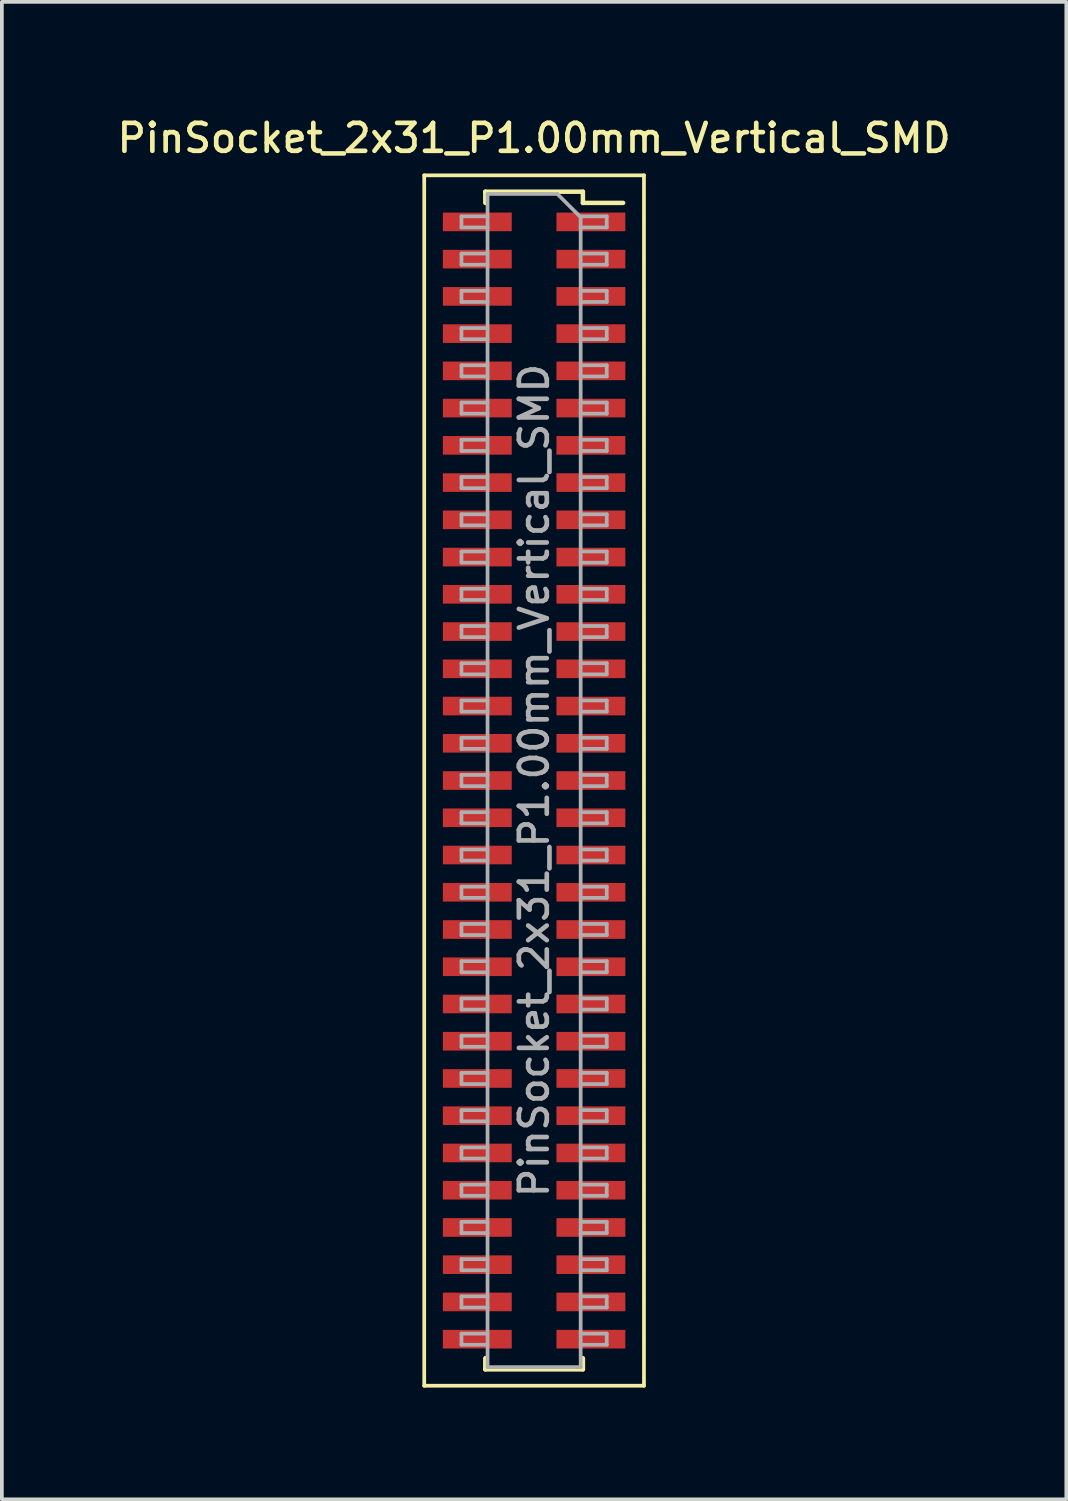
<source format=kicad_pcb>
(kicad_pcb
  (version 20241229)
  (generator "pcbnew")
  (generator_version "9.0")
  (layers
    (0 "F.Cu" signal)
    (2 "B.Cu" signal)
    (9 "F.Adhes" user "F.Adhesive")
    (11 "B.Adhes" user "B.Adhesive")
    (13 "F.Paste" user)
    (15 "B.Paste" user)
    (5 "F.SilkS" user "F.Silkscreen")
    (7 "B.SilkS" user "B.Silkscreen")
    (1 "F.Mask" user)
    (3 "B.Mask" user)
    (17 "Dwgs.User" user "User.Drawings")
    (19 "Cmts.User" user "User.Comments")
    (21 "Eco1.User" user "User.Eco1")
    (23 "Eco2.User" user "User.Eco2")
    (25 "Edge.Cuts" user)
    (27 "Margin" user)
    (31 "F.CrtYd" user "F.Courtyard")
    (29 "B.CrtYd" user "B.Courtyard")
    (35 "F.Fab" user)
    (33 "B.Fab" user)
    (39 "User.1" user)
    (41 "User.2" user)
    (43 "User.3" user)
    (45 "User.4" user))
  (footprint "PinSocket_2x31_P1.00mm_Vertical_SMD"
    (layer "F.Cu")
    (at 11.291 17.908)
    (property "Reference" "PinSocket_2x31_P1.00mm_Vertical_SMD" (at 0 -17.25 0) (layer "F.SilkS") (effects (font (size 0.75 0.75) (thickness 0.125))))
    (attr smd)
    (fp_line (start -2.95 -16.25) (end 2.95 -16.25) (stroke (width 0.1) (type solid)) (layer "F.SilkS"))
    (fp_line (start -2.95 16.25) (end -2.95 -16.25) (stroke (width 0.1) (type solid)) (layer "F.SilkS"))
    (fp_line (start -1.31 -15.81) (end -1.31 -15.51) (stroke (width 0.12) (type solid)) (layer "F.SilkS"))
    (fp_line (start -1.31 -15.81) (end 1.31 -15.81) (stroke (width 0.12) (type solid)) (layer "F.SilkS"))
    (fp_line (start -1.31 15.51) (end -1.31 15.81) (stroke (width 0.12) (type solid)) (layer "F.SilkS"))
    (fp_line (start -1.31 15.81) (end 1.31 15.81) (stroke (width 0.12) (type solid)) (layer "F.SilkS"))
    (fp_line (start 1.31 -15.81) (end 1.31 -15.51) (stroke (width 0.12) (type solid)) (layer "F.SilkS"))
    (fp_line (start 1.31 -15.51) (end 2.39 -15.51) (stroke (width 0.12) (type solid)) (layer "F.SilkS"))
    (fp_line (start 1.31 15.51) (end 1.31 15.81) (stroke (width 0.12) (type solid)) (layer "F.SilkS"))
    (fp_line (start 2.95 -16.25) (end 2.95 16.25) (stroke (width 0.1) (type solid)) (layer "F.SilkS"))
    (fp_line (start 2.95 16.25) (end -2.95 16.25) (stroke (width 0.1) (type solid)) (layer "F.SilkS"))
    (fp_line (start -1.95 -15.15) (end -1.25 -15.15) (stroke (width 0.1) (type solid)) (layer "F.Fab"))
    (fp_line (start -1.95 -14.85) (end -1.95 -15.15) (stroke (width 0.1) (type solid)) (layer "F.Fab"))
    (fp_line (start -1.95 -14.15) (end -1.25 -14.15) (stroke (width 0.1) (type solid)) (layer "F.Fab"))
    (fp_line (start -1.95 -13.85) (end -1.95 -14.15) (stroke (width 0.1) (type solid)) (layer "F.Fab"))
    (fp_line (start -1.95 -13.15) (end -1.25 -13.15) (stroke (width 0.1) (type solid)) (layer "F.Fab"))
    (fp_line (start -1.95 -12.85) (end -1.95 -13.15) (stroke (width 0.1) (type solid)) (layer "F.Fab"))
    (fp_line (start -1.95 -12.15) (end -1.25 -12.15) (stroke (width 0.1) (type solid)) (layer "F.Fab"))
    (fp_line (start -1.95 -11.85) (end -1.95 -12.15) (stroke (width 0.1) (type solid)) (layer "F.Fab"))
    (fp_line (start -1.95 -11.15) (end -1.25 -11.15) (stroke (width 0.1) (type solid)) (layer "F.Fab"))
    (fp_line (start -1.95 -10.85) (end -1.95 -11.15) (stroke (width 0.1) (type solid)) (layer "F.Fab"))
    (fp_line (start -1.95 -10.15) (end -1.25 -10.15) (stroke (width 0.1) (type solid)) (layer "F.Fab"))
    (fp_line (start -1.95 -9.85) (end -1.95 -10.15) (stroke (width 0.1) (type solid)) (layer "F.Fab"))
    (fp_line (start -1.95 -9.15) (end -1.25 -9.15) (stroke (width 0.1) (type solid)) (layer "F.Fab"))
    (fp_line (start -1.95 -8.85) (end -1.95 -9.15) (stroke (width 0.1) (type solid)) (layer "F.Fab"))
    (fp_line (start -1.95 -8.15) (end -1.25 -8.15) (stroke (width 0.1) (type solid)) (layer "F.Fab"))
    (fp_line (start -1.95 -7.85) (end -1.95 -8.15) (stroke (width 0.1) (type solid)) (layer "F.Fab"))
    (fp_line (start -1.95 -7.15) (end -1.25 -7.15) (stroke (width 0.1) (type solid)) (layer "F.Fab"))
    (fp_line (start -1.95 -6.85) (end -1.95 -7.15) (stroke (width 0.1) (type solid)) (layer "F.Fab"))
    (fp_line (start -1.95 -6.15) (end -1.25 -6.15) (stroke (width 0.1) (type solid)) (layer "F.Fab"))
    (fp_line (start -1.95 -5.85) (end -1.95 -6.15) (stroke (width 0.1) (type solid)) (layer "F.Fab"))
    (fp_line (start -1.95 -5.15) (end -1.25 -5.15) (stroke (width 0.1) (type solid)) (layer "F.Fab"))
    (fp_line (start -1.95 -4.85) (end -1.95 -5.15) (stroke (width 0.1) (type solid)) (layer "F.Fab"))
    (fp_line (start -1.95 -4.15) (end -1.25 -4.15) (stroke (width 0.1) (type solid)) (layer "F.Fab"))
    (fp_line (start -1.95 -3.85) (end -1.95 -4.15) (stroke (width 0.1) (type solid)) (layer "F.Fab"))
    (fp_line (start -1.95 -3.15) (end -1.25 -3.15) (stroke (width 0.1) (type solid)) (layer "F.Fab"))
    (fp_line (start -1.95 -2.85) (end -1.95 -3.15) (stroke (width 0.1) (type solid)) (layer "F.Fab"))
    (fp_line (start -1.95 -2.15) (end -1.25 -2.15) (stroke (width 0.1) (type solid)) (layer "F.Fab"))
    (fp_line (start -1.95 -1.85) (end -1.95 -2.15) (stroke (width 0.1) (type solid)) (layer "F.Fab"))
    (fp_line (start -1.95 -1.15) (end -1.25 -1.15) (stroke (width 0.1) (type solid)) (layer "F.Fab"))
    (fp_line (start -1.95 -0.85) (end -1.95 -1.15) (stroke (width 0.1) (type solid)) (layer "F.Fab"))
    (fp_line (start -1.95 -0.15) (end -1.25 -0.15) (stroke (width 0.1) (type solid)) (layer "F.Fab"))
    (fp_line (start -1.95 0.15) (end -1.95 -0.15) (stroke (width 0.1) (type solid)) (layer "F.Fab"))
    (fp_line (start -1.95 0.85) (end -1.25 0.85) (stroke (width 0.1) (type solid)) (layer "F.Fab"))
    (fp_line (start -1.95 1.15) (end -1.95 0.85) (stroke (width 0.1) (type solid)) (layer "F.Fab"))
    (fp_line (start -1.95 1.85) (end -1.25 1.85) (stroke (width 0.1) (type solid)) (layer "F.Fab"))
    (fp_line (start -1.95 2.15) (end -1.95 1.85) (stroke (width 0.1) (type solid)) (layer "F.Fab"))
    (fp_line (start -1.95 2.85) (end -1.25 2.85) (stroke (width 0.1) (type solid)) (layer "F.Fab"))
    (fp_line (start -1.95 3.15) (end -1.95 2.85) (stroke (width 0.1) (type solid)) (layer "F.Fab"))
    (fp_line (start -1.95 3.85) (end -1.25 3.85) (stroke (width 0.1) (type solid)) (layer "F.Fab"))
    (fp_line (start -1.95 4.15) (end -1.95 3.85) (stroke (width 0.1) (type solid)) (layer "F.Fab"))
    (fp_line (start -1.95 4.85) (end -1.25 4.85) (stroke (width 0.1) (type solid)) (layer "F.Fab"))
    (fp_line (start -1.95 5.15) (end -1.95 4.85) (stroke (width 0.1) (type solid)) (layer "F.Fab"))
    (fp_line (start -1.95 5.85) (end -1.25 5.85) (stroke (width 0.1) (type solid)) (layer "F.Fab"))
    (fp_line (start -1.95 6.15) (end -1.95 5.85) (stroke (width 0.1) (type solid)) (layer "F.Fab"))
    (fp_line (start -1.95 6.85) (end -1.25 6.85) (stroke (width 0.1) (type solid)) (layer "F.Fab"))
    (fp_line (start -1.95 7.15) (end -1.95 6.85) (stroke (width 0.1) (type solid)) (layer "F.Fab"))
    (fp_line (start -1.95 7.85) (end -1.25 7.85) (stroke (width 0.1) (type solid)) (layer "F.Fab"))
    (fp_line (start -1.95 8.15) (end -1.95 7.85) (stroke (width 0.1) (type solid)) (layer "F.Fab"))
    (fp_line (start -1.95 8.85) (end -1.25 8.85) (stroke (width 0.1) (type solid)) (layer "F.Fab"))
    (fp_line (start -1.95 9.15) (end -1.95 8.85) (stroke (width 0.1) (type solid)) (layer "F.Fab"))
    (fp_line (start -1.95 9.85) (end -1.25 9.85) (stroke (width 0.1) (type solid)) (layer "F.Fab"))
    (fp_line (start -1.95 10.15) (end -1.95 9.85) (stroke (width 0.1) (type solid)) (layer "F.Fab"))
    (fp_line (start -1.95 10.85) (end -1.25 10.85) (stroke (width 0.1) (type solid)) (layer "F.Fab"))
    (fp_line (start -1.95 11.15) (end -1.95 10.85) (stroke (width 0.1) (type solid)) (layer "F.Fab"))
    (fp_line (start -1.95 11.85) (end -1.25 11.85) (stroke (width 0.1) (type solid)) (layer "F.Fab"))
    (fp_line (start -1.95 12.15) (end -1.95 11.85) (stroke (width 0.1) (type solid)) (layer "F.Fab"))
    (fp_line (start -1.95 12.85) (end -1.25 12.85) (stroke (width 0.1) (type solid)) (layer "F.Fab"))
    (fp_line (start -1.95 13.15) (end -1.95 12.85) (stroke (width 0.1) (type solid)) (layer "F.Fab"))
    (fp_line (start -1.95 13.85) (end -1.25 13.85) (stroke (width 0.1) (type solid)) (layer "F.Fab"))
    (fp_line (start -1.95 14.15) (end -1.95 13.85) (stroke (width 0.1) (type solid)) (layer "F.Fab"))
    (fp_line (start -1.95 14.85) (end -1.25 14.85) (stroke (width 0.1) (type solid)) (layer "F.Fab"))
    (fp_line (start -1.95 15.15) (end -1.95 14.85) (stroke (width 0.1) (type solid)) (layer "F.Fab"))
    (fp_line (start -1.25 -15.75) (end 0.625 -15.75) (stroke (width 0.1) (type solid)) (layer "F.Fab"))
    (fp_line (start -1.25 -14.85) (end -1.95 -14.85) (stroke (width 0.1) (type solid)) (layer "F.Fab"))
    (fp_line (start -1.25 -13.85) (end -1.95 -13.85) (stroke (width 0.1) (type solid)) (layer "F.Fab"))
    (fp_line (start -1.25 -12.85) (end -1.95 -12.85) (stroke (width 0.1) (type solid)) (layer "F.Fab"))
    (fp_line (start -1.25 -11.85) (end -1.95 -11.85) (stroke (width 0.1) (type solid)) (layer "F.Fab"))
    (fp_line (start -1.25 -10.85) (end -1.95 -10.85) (stroke (width 0.1) (type solid)) (layer "F.Fab"))
    (fp_line (start -1.25 -9.85) (end -1.95 -9.85) (stroke (width 0.1) (type solid)) (layer "F.Fab"))
    (fp_line (start -1.25 -8.85) (end -1.95 -8.85) (stroke (width 0.1) (type solid)) (layer "F.Fab"))
    (fp_line (start -1.25 -7.85) (end -1.95 -7.85) (stroke (width 0.1) (type solid)) (layer "F.Fab"))
    (fp_line (start -1.25 -6.85) (end -1.95 -6.85) (stroke (width 0.1) (type solid)) (layer "F.Fab"))
    (fp_line (start -1.25 -5.85) (end -1.95 -5.85) (stroke (width 0.1) (type solid)) (layer "F.Fab"))
    (fp_line (start -1.25 -4.85) (end -1.95 -4.85) (stroke (width 0.1) (type solid)) (layer "F.Fab"))
    (fp_line (start -1.25 -3.85) (end -1.95 -3.85) (stroke (width 0.1) (type solid)) (layer "F.Fab"))
    (fp_line (start -1.25 -2.85) (end -1.95 -2.85) (stroke (width 0.1) (type solid)) (layer "F.Fab"))
    (fp_line (start -1.25 -1.85) (end -1.95 -1.85) (stroke (width 0.1) (type solid)) (layer "F.Fab"))
    (fp_line (start -1.25 -0.85) (end -1.95 -0.85) (stroke (width 0.1) (type solid)) (layer "F.Fab"))
    (fp_line (start -1.25 0.15) (end -1.95 0.15) (stroke (width 0.1) (type solid)) (layer "F.Fab"))
    (fp_line (start -1.25 1.15) (end -1.95 1.15) (stroke (width 0.1) (type solid)) (layer "F.Fab"))
    (fp_line (start -1.25 2.15) (end -1.95 2.15) (stroke (width 0.1) (type solid)) (layer "F.Fab"))
    (fp_line (start -1.25 3.15) (end -1.95 3.15) (stroke (width 0.1) (type solid)) (layer "F.Fab"))
    (fp_line (start -1.25 4.15) (end -1.95 4.15) (stroke (width 0.1) (type solid)) (layer "F.Fab"))
    (fp_line (start -1.25 5.15) (end -1.95 5.15) (stroke (width 0.1) (type solid)) (layer "F.Fab"))
    (fp_line (start -1.25 6.15) (end -1.95 6.15) (stroke (width 0.1) (type solid)) (layer "F.Fab"))
    (fp_line (start -1.25 7.15) (end -1.95 7.15) (stroke (width 0.1) (type solid)) (layer "F.Fab"))
    (fp_line (start -1.25 8.15) (end -1.95 8.15) (stroke (width 0.1) (type solid)) (layer "F.Fab"))
    (fp_line (start -1.25 9.15) (end -1.95 9.15) (stroke (width 0.1) (type solid)) (layer "F.Fab"))
    (fp_line (start -1.25 10.15) (end -1.95 10.15) (stroke (width 0.1) (type solid)) (layer "F.Fab"))
    (fp_line (start -1.25 11.15) (end -1.95 11.15) (stroke (width 0.1) (type solid)) (layer "F.Fab"))
    (fp_line (start -1.25 12.15) (end -1.95 12.15) (stroke (width 0.1) (type solid)) (layer "F.Fab"))
    (fp_line (start -1.25 13.15) (end -1.95 13.15) (stroke (width 0.1) (type solid)) (layer "F.Fab"))
    (fp_line (start -1.25 14.15) (end -1.95 14.15) (stroke (width 0.1) (type solid)) (layer "F.Fab"))
    (fp_line (start -1.25 15.15) (end -1.95 15.15) (stroke (width 0.1) (type solid)) (layer "F.Fab"))
    (fp_line (start -1.25 15.75) (end -1.25 -15.75) (stroke (width 0.1) (type solid)) (layer "F.Fab"))
    (fp_line (start 0.625 -15.75) (end 1.25 -15.125) (stroke (width 0.1) (type solid)) (layer "F.Fab"))
    (fp_line (start 1.25 -15.15) (end 1.95 -15.15) (stroke (width 0.1) (type solid)) (layer "F.Fab"))
    (fp_line (start 1.25 -15.125) (end 1.25 15.75) (stroke (width 0.1) (type solid)) (layer "F.Fab"))
    (fp_line (start 1.25 -14.15) (end 1.95 -14.15) (stroke (width 0.1) (type solid)) (layer "F.Fab"))
    (fp_line (start 1.25 -13.15) (end 1.95 -13.15) (stroke (width 0.1) (type solid)) (layer "F.Fab"))
    (fp_line (start 1.25 -12.15) (end 1.95 -12.15) (stroke (width 0.1) (type solid)) (layer "F.Fab"))
    (fp_line (start 1.25 -11.15) (end 1.95 -11.15) (stroke (width 0.1) (type solid)) (layer "F.Fab"))
    (fp_line (start 1.25 -10.15) (end 1.95 -10.15) (stroke (width 0.1) (type solid)) (layer "F.Fab"))
    (fp_line (start 1.25 -9.15) (end 1.95 -9.15) (stroke (width 0.1) (type solid)) (layer "F.Fab"))
    (fp_line (start 1.25 -8.15) (end 1.95 -8.15) (stroke (width 0.1) (type solid)) (layer "F.Fab"))
    (fp_line (start 1.25 -7.15) (end 1.95 -7.15) (stroke (width 0.1) (type solid)) (layer "F.Fab"))
    (fp_line (start 1.25 -6.15) (end 1.95 -6.15) (stroke (width 0.1) (type solid)) (layer "F.Fab"))
    (fp_line (start 1.25 -5.15) (end 1.95 -5.15) (stroke (width 0.1) (type solid)) (layer "F.Fab"))
    (fp_line (start 1.25 -4.15) (end 1.95 -4.15) (stroke (width 0.1) (type solid)) (layer "F.Fab"))
    (fp_line (start 1.25 -3.15) (end 1.95 -3.15) (stroke (width 0.1) (type solid)) (layer "F.Fab"))
    (fp_line (start 1.25 -2.15) (end 1.95 -2.15) (stroke (width 0.1) (type solid)) (layer "F.Fab"))
    (fp_line (start 1.25 -1.15) (end 1.95 -1.15) (stroke (width 0.1) (type solid)) (layer "F.Fab"))
    (fp_line (start 1.25 -0.15) (end 1.95 -0.15) (stroke (width 0.1) (type solid)) (layer "F.Fab"))
    (fp_line (start 1.25 0.85) (end 1.95 0.85) (stroke (width 0.1) (type solid)) (layer "F.Fab"))
    (fp_line (start 1.25 1.85) (end 1.95 1.85) (stroke (width 0.1) (type solid)) (layer "F.Fab"))
    (fp_line (start 1.25 2.85) (end 1.95 2.85) (stroke (width 0.1) (type solid)) (layer "F.Fab"))
    (fp_line (start 1.25 3.85) (end 1.95 3.85) (stroke (width 0.1) (type solid)) (layer "F.Fab"))
    (fp_line (start 1.25 4.85) (end 1.95 4.85) (stroke (width 0.1) (type solid)) (layer "F.Fab"))
    (fp_line (start 1.25 5.85) (end 1.95 5.85) (stroke (width 0.1) (type solid)) (layer "F.Fab"))
    (fp_line (start 1.25 6.85) (end 1.95 6.85) (stroke (width 0.1) (type solid)) (layer "F.Fab"))
    (fp_line (start 1.25 7.85) (end 1.95 7.85) (stroke (width 0.1) (type solid)) (layer "F.Fab"))
    (fp_line (start 1.25 8.85) (end 1.95 8.85) (stroke (width 0.1) (type solid)) (layer "F.Fab"))
    (fp_line (start 1.25 9.85) (end 1.95 9.85) (stroke (width 0.1) (type solid)) (layer "F.Fab"))
    (fp_line (start 1.25 10.85) (end 1.95 10.85) (stroke (width 0.1) (type solid)) (layer "F.Fab"))
    (fp_line (start 1.25 11.85) (end 1.95 11.85) (stroke (width 0.1) (type solid)) (layer "F.Fab"))
    (fp_line (start 1.25 12.85) (end 1.95 12.85) (stroke (width 0.1) (type solid)) (layer "F.Fab"))
    (fp_line (start 1.25 13.85) (end 1.95 13.85) (stroke (width 0.1) (type solid)) (layer "F.Fab"))
    (fp_line (start 1.25 14.85) (end 1.95 14.85) (stroke (width 0.1) (type solid)) (layer "F.Fab"))
    (fp_line (start 1.25 15.75) (end -1.25 15.75) (stroke (width 0.1) (type solid)) (layer "F.Fab"))
    (fp_line (start 1.95 -15.15) (end 1.95 -14.85) (stroke (width 0.1) (type solid)) (layer "F.Fab"))
    (fp_line (start 1.95 -14.85) (end 1.25 -14.85) (stroke (width 0.1) (type solid)) (layer "F.Fab"))
    (fp_line (start 1.95 -14.15) (end 1.95 -13.85) (stroke (width 0.1) (type solid)) (layer "F.Fab"))
    (fp_line (start 1.95 -13.85) (end 1.25 -13.85) (stroke (width 0.1) (type solid)) (layer "F.Fab"))
    (fp_line (start 1.95 -13.15) (end 1.95 -12.85) (stroke (width 0.1) (type solid)) (layer "F.Fab"))
    (fp_line (start 1.95 -12.85) (end 1.25 -12.85) (stroke (width 0.1) (type solid)) (layer "F.Fab"))
    (fp_line (start 1.95 -12.15) (end 1.95 -11.85) (stroke (width 0.1) (type solid)) (layer "F.Fab"))
    (fp_line (start 1.95 -11.85) (end 1.25 -11.85) (stroke (width 0.1) (type solid)) (layer "F.Fab"))
    (fp_line (start 1.95 -11.15) (end 1.95 -10.85) (stroke (width 0.1) (type solid)) (layer "F.Fab"))
    (fp_line (start 1.95 -10.85) (end 1.25 -10.85) (stroke (width 0.1) (type solid)) (layer "F.Fab"))
    (fp_line (start 1.95 -10.15) (end 1.95 -9.85) (stroke (width 0.1) (type solid)) (layer "F.Fab"))
    (fp_line (start 1.95 -9.85) (end 1.25 -9.85) (stroke (width 0.1) (type solid)) (layer "F.Fab"))
    (fp_line (start 1.95 -9.15) (end 1.95 -8.85) (stroke (width 0.1) (type solid)) (layer "F.Fab"))
    (fp_line (start 1.95 -8.85) (end 1.25 -8.85) (stroke (width 0.1) (type solid)) (layer "F.Fab"))
    (fp_line (start 1.95 -8.15) (end 1.95 -7.85) (stroke (width 0.1) (type solid)) (layer "F.Fab"))
    (fp_line (start 1.95 -7.85) (end 1.25 -7.85) (stroke (width 0.1) (type solid)) (layer "F.Fab"))
    (fp_line (start 1.95 -7.15) (end 1.95 -6.85) (stroke (width 0.1) (type solid)) (layer "F.Fab"))
    (fp_line (start 1.95 -6.85) (end 1.25 -6.85) (stroke (width 0.1) (type solid)) (layer "F.Fab"))
    (fp_line (start 1.95 -6.15) (end 1.95 -5.85) (stroke (width 0.1) (type solid)) (layer "F.Fab"))
    (fp_line (start 1.95 -5.85) (end 1.25 -5.85) (stroke (width 0.1) (type solid)) (layer "F.Fab"))
    (fp_line (start 1.95 -5.15) (end 1.95 -4.85) (stroke (width 0.1) (type solid)) (layer "F.Fab"))
    (fp_line (start 1.95 -4.85) (end 1.25 -4.85) (stroke (width 0.1) (type solid)) (layer "F.Fab"))
    (fp_line (start 1.95 -4.15) (end 1.95 -3.85) (stroke (width 0.1) (type solid)) (layer "F.Fab"))
    (fp_line (start 1.95 -3.85) (end 1.25 -3.85) (stroke (width 0.1) (type solid)) (layer "F.Fab"))
    (fp_line (start 1.95 -3.15) (end 1.95 -2.85) (stroke (width 0.1) (type solid)) (layer "F.Fab"))
    (fp_line (start 1.95 -2.85) (end 1.25 -2.85) (stroke (width 0.1) (type solid)) (layer "F.Fab"))
    (fp_line (start 1.95 -2.15) (end 1.95 -1.85) (stroke (width 0.1) (type solid)) (layer "F.Fab"))
    (fp_line (start 1.95 -1.85) (end 1.25 -1.85) (stroke (width 0.1) (type solid)) (layer "F.Fab"))
    (fp_line (start 1.95 -1.15) (end 1.95 -0.85) (stroke (width 0.1) (type solid)) (layer "F.Fab"))
    (fp_line (start 1.95 -0.85) (end 1.25 -0.85) (stroke (width 0.1) (type solid)) (layer "F.Fab"))
    (fp_line (start 1.95 -0.15) (end 1.95 0.15) (stroke (width 0.1) (type solid)) (layer "F.Fab"))
    (fp_line (start 1.95 0.15) (end 1.25 0.15) (stroke (width 0.1) (type solid)) (layer "F.Fab"))
    (fp_line (start 1.95 0.85) (end 1.95 1.15) (stroke (width 0.1) (type solid)) (layer "F.Fab"))
    (fp_line (start 1.95 1.15) (end 1.25 1.15) (stroke (width 0.1) (type solid)) (layer "F.Fab"))
    (fp_line (start 1.95 1.85) (end 1.95 2.15) (stroke (width 0.1) (type solid)) (layer "F.Fab"))
    (fp_line (start 1.95 2.15) (end 1.25 2.15) (stroke (width 0.1) (type solid)) (layer "F.Fab"))
    (fp_line (start 1.95 2.85) (end 1.95 3.15) (stroke (width 0.1) (type solid)) (layer "F.Fab"))
    (fp_line (start 1.95 3.15) (end 1.25 3.15) (stroke (width 0.1) (type solid)) (layer "F.Fab"))
    (fp_line (start 1.95 3.85) (end 1.95 4.15) (stroke (width 0.1) (type solid)) (layer "F.Fab"))
    (fp_line (start 1.95 4.15) (end 1.25 4.15) (stroke (width 0.1) (type solid)) (layer "F.Fab"))
    (fp_line (start 1.95 4.85) (end 1.95 5.15) (stroke (width 0.1) (type solid)) (layer "F.Fab"))
    (fp_line (start 1.95 5.15) (end 1.25 5.15) (stroke (width 0.1) (type solid)) (layer "F.Fab"))
    (fp_line (start 1.95 5.85) (end 1.95 6.15) (stroke (width 0.1) (type solid)) (layer "F.Fab"))
    (fp_line (start 1.95 6.15) (end 1.25 6.15) (stroke (width 0.1) (type solid)) (layer "F.Fab"))
    (fp_line (start 1.95 6.85) (end 1.95 7.15) (stroke (width 0.1) (type solid)) (layer "F.Fab"))
    (fp_line (start 1.95 7.15) (end 1.25 7.15) (stroke (width 0.1) (type solid)) (layer "F.Fab"))
    (fp_line (start 1.95 7.85) (end 1.95 8.15) (stroke (width 0.1) (type solid)) (layer "F.Fab"))
    (fp_line (start 1.95 8.15) (end 1.25 8.15) (stroke (width 0.1) (type solid)) (layer "F.Fab"))
    (fp_line (start 1.95 8.85) (end 1.95 9.15) (stroke (width 0.1) (type solid)) (layer "F.Fab"))
    (fp_line (start 1.95 9.15) (end 1.25 9.15) (stroke (width 0.1) (type solid)) (layer "F.Fab"))
    (fp_line (start 1.95 9.85) (end 1.95 10.15) (stroke (width 0.1) (type solid)) (layer "F.Fab"))
    (fp_line (start 1.95 10.15) (end 1.25 10.15) (stroke (width 0.1) (type solid)) (layer "F.Fab"))
    (fp_line (start 1.95 10.85) (end 1.95 11.15) (stroke (width 0.1) (type solid)) (layer "F.Fab"))
    (fp_line (start 1.95 11.15) (end 1.25 11.15) (stroke (width 0.1) (type solid)) (layer "F.Fab"))
    (fp_line (start 1.95 11.85) (end 1.95 12.15) (stroke (width 0.1) (type solid)) (layer "F.Fab"))
    (fp_line (start 1.95 12.15) (end 1.25 12.15) (stroke (width 0.1) (type solid)) (layer "F.Fab"))
    (fp_line (start 1.95 12.85) (end 1.95 13.15) (stroke (width 0.1) (type solid)) (layer "F.Fab"))
    (fp_line (start 1.95 13.15) (end 1.25 13.15) (stroke (width 0.1) (type solid)) (layer "F.Fab"))
    (fp_line (start 1.95 13.85) (end 1.95 14.15) (stroke (width 0.1) (type solid)) (layer "F.Fab"))
    (fp_line (start 1.95 14.15) (end 1.25 14.15) (stroke (width 0.1) (type solid)) (layer "F.Fab"))
    (fp_line (start 1.95 14.85) (end 1.95 15.15) (stroke (width 0.1) (type solid)) (layer "F.Fab"))
    (fp_line (start 1.95 15.15) (end 1.25 15.15) (stroke (width 0.1) (type solid)) (layer "F.Fab"))
    (fp_text user "${REFERENCE}" (at 0 0 90) (layer "F.Fab") (effects (font (size 0.75 0.75) (thickness 0.125))))
    (pad "1" smd rect (at 1.525 -15) (size 1.85 0.5) (layers "F.Cu" "F.Mask" "F.Paste"))
    (pad "2" smd rect (at -1.525 -15) (size 1.85 0.5) (layers "F.Cu" "F.Mask" "F.Paste"))
    (pad "3" smd rect (at 1.525 -14) (size 1.85 0.5) (layers "F.Cu" "F.Mask" "F.Paste"))
    (pad "4" smd rect (at -1.525 -14) (size 1.85 0.5) (layers "F.Cu" "F.Mask" "F.Paste"))
    (pad "5" smd rect (at 1.525 -13) (size 1.85 0.5) (layers "F.Cu" "F.Mask" "F.Paste"))
    (pad "6" smd rect (at -1.525 -13) (size 1.85 0.5) (layers "F.Cu" "F.Mask" "F.Paste"))
    (pad "7" smd rect (at 1.525 -12) (size 1.85 0.5) (layers "F.Cu" "F.Mask" "F.Paste"))
    (pad "8" smd rect (at -1.525 -12) (size 1.85 0.5) (layers "F.Cu" "F.Mask" "F.Paste"))
    (pad "9" smd rect (at 1.525 -11) (size 1.85 0.5) (layers "F.Cu" "F.Mask" "F.Paste"))
    (pad "10" smd rect (at -1.525 -11) (size 1.85 0.5) (layers "F.Cu" "F.Mask" "F.Paste"))
    (pad "11" smd rect (at 1.525 -10) (size 1.85 0.5) (layers "F.Cu" "F.Mask" "F.Paste"))
    (pad "12" smd rect (at -1.525 -10) (size 1.85 0.5) (layers "F.Cu" "F.Mask" "F.Paste"))
    (pad "13" smd rect (at 1.525 -9) (size 1.85 0.5) (layers "F.Cu" "F.Mask" "F.Paste"))
    (pad "14" smd rect (at -1.525 -9) (size 1.85 0.5) (layers "F.Cu" "F.Mask" "F.Paste"))
    (pad "15" smd rect (at 1.525 -8) (size 1.85 0.5) (layers "F.Cu" "F.Mask" "F.Paste"))
    (pad "16" smd rect (at -1.525 -8) (size 1.85 0.5) (layers "F.Cu" "F.Mask" "F.Paste"))
    (pad "17" smd rect (at 1.525 -7) (size 1.85 0.5) (layers "F.Cu" "F.Mask" "F.Paste"))
    (pad "18" smd rect (at -1.525 -7) (size 1.85 0.5) (layers "F.Cu" "F.Mask" "F.Paste"))
    (pad "19" smd rect (at 1.525 -6) (size 1.85 0.5) (layers "F.Cu" "F.Mask" "F.Paste"))
    (pad "20" smd rect (at -1.525 -6) (size 1.85 0.5) (layers "F.Cu" "F.Mask" "F.Paste"))
    (pad "21" smd rect (at 1.525 -5) (size 1.85 0.5) (layers "F.Cu" "F.Mask" "F.Paste"))
    (pad "22" smd rect (at -1.525 -5) (size 1.85 0.5) (layers "F.Cu" "F.Mask" "F.Paste"))
    (pad "23" smd rect (at 1.525 -4) (size 1.85 0.5) (layers "F.Cu" "F.Mask" "F.Paste"))
    (pad "24" smd rect (at -1.525 -4) (size 1.85 0.5) (layers "F.Cu" "F.Mask" "F.Paste"))
    (pad "25" smd rect (at 1.525 -3) (size 1.85 0.5) (layers "F.Cu" "F.Mask" "F.Paste"))
    (pad "26" smd rect (at -1.525 -3) (size 1.85 0.5) (layers "F.Cu" "F.Mask" "F.Paste"))
    (pad "27" smd rect (at 1.525 -2) (size 1.85 0.5) (layers "F.Cu" "F.Mask" "F.Paste"))
    (pad "28" smd rect (at -1.525 -2) (size 1.85 0.5) (layers "F.Cu" "F.Mask" "F.Paste"))
    (pad "29" smd rect (at 1.525 -1) (size 1.85 0.5) (layers "F.Cu" "F.Mask" "F.Paste"))
    (pad "30" smd rect (at -1.525 -1) (size 1.85 0.5) (layers "F.Cu" "F.Mask" "F.Paste"))
    (pad "31" smd rect (at 1.525 0) (size 1.85 0.5) (layers "F.Cu" "F.Mask" "F.Paste"))
    (pad "32" smd rect (at -1.525 0) (size 1.85 0.5) (layers "F.Cu" "F.Mask" "F.Paste"))
    (pad "33" smd rect (at 1.525 1) (size 1.85 0.5) (layers "F.Cu" "F.Mask" "F.Paste"))
    (pad "34" smd rect (at -1.525 1) (size 1.85 0.5) (layers "F.Cu" "F.Mask" "F.Paste"))
    (pad "35" smd rect (at 1.525 2) (size 1.85 0.5) (layers "F.Cu" "F.Mask" "F.Paste"))
    (pad "36" smd rect (at -1.525 2) (size 1.85 0.5) (layers "F.Cu" "F.Mask" "F.Paste"))
    (pad "37" smd rect (at 1.525 3) (size 1.85 0.5) (layers "F.Cu" "F.Mask" "F.Paste"))
    (pad "38" smd rect (at -1.525 3) (size 1.85 0.5) (layers "F.Cu" "F.Mask" "F.Paste"))
    (pad "39" smd rect (at 1.525 4) (size 1.85 0.5) (layers "F.Cu" "F.Mask" "F.Paste"))
    (pad "40" smd rect (at -1.525 4) (size 1.85 0.5) (layers "F.Cu" "F.Mask" "F.Paste"))
    (pad "41" smd rect (at 1.525 5) (size 1.85 0.5) (layers "F.Cu" "F.Mask" "F.Paste"))
    (pad "42" smd rect (at -1.525 5) (size 1.85 0.5) (layers "F.Cu" "F.Mask" "F.Paste"))
    (pad "43" smd rect (at 1.525 6) (size 1.85 0.5) (layers "F.Cu" "F.Mask" "F.Paste"))
    (pad "44" smd rect (at -1.525 6) (size 1.85 0.5) (layers "F.Cu" "F.Mask" "F.Paste"))
    (pad "45" smd rect (at 1.525 7) (size 1.85 0.5) (layers "F.Cu" "F.Mask" "F.Paste"))
    (pad "46" smd rect (at -1.525 7) (size 1.85 0.5) (layers "F.Cu" "F.Mask" "F.Paste"))
    (pad "47" smd rect (at 1.525 8) (size 1.85 0.5) (layers "F.Cu" "F.Mask" "F.Paste"))
    (pad "48" smd rect (at -1.525 8) (size 1.85 0.5) (layers "F.Cu" "F.Mask" "F.Paste"))
    (pad "49" smd rect (at 1.525 9) (size 1.85 0.5) (layers "F.Cu" "F.Mask" "F.Paste"))
    (pad "50" smd rect (at -1.525 9) (size 1.85 0.5) (layers "F.Cu" "F.Mask" "F.Paste"))
    (pad "51" smd rect (at 1.525 10) (size 1.85 0.5) (layers "F.Cu" "F.Mask" "F.Paste"))
    (pad "52" smd rect (at -1.525 10) (size 1.85 0.5) (layers "F.Cu" "F.Mask" "F.Paste"))
    (pad "53" smd rect (at 1.525 11) (size 1.85 0.5) (layers "F.Cu" "F.Mask" "F.Paste"))
    (pad "54" smd rect (at -1.525 11) (size 1.85 0.5) (layers "F.Cu" "F.Mask" "F.Paste"))
    (pad "55" smd rect (at 1.525 12) (size 1.85 0.5) (layers "F.Cu" "F.Mask" "F.Paste"))
    (pad "56" smd rect (at -1.525 12) (size 1.85 0.5) (layers "F.Cu" "F.Mask" "F.Paste"))
    (pad "57" smd rect (at 1.525 13) (size 1.85 0.5) (layers "F.Cu" "F.Mask" "F.Paste"))
    (pad "58" smd rect (at -1.525 13) (size 1.85 0.5) (layers "F.Cu" "F.Mask" "F.Paste"))
    (pad "59" smd rect (at 1.525 14) (size 1.85 0.5) (layers "F.Cu" "F.Mask" "F.Paste"))
    (pad "60" smd rect (at -1.525 14) (size 1.85 0.5) (layers "F.Cu" "F.Mask" "F.Paste"))
    (pad "61" smd rect (at 1.525 15) (size 1.85 0.5) (layers "F.Cu" "F.Mask" "F.Paste"))
    (pad "62" smd rect (at -1.525 15) (size 1.85 0.5) (layers "F.Cu" "F.Mask" "F.Paste")))
  (gr_rect
    (start -3 -3)
    (end 25.582 37.208)
    (stroke (width 0.1) (type default))
    (fill no)
    (layer "Edge.Cuts")))
</source>
